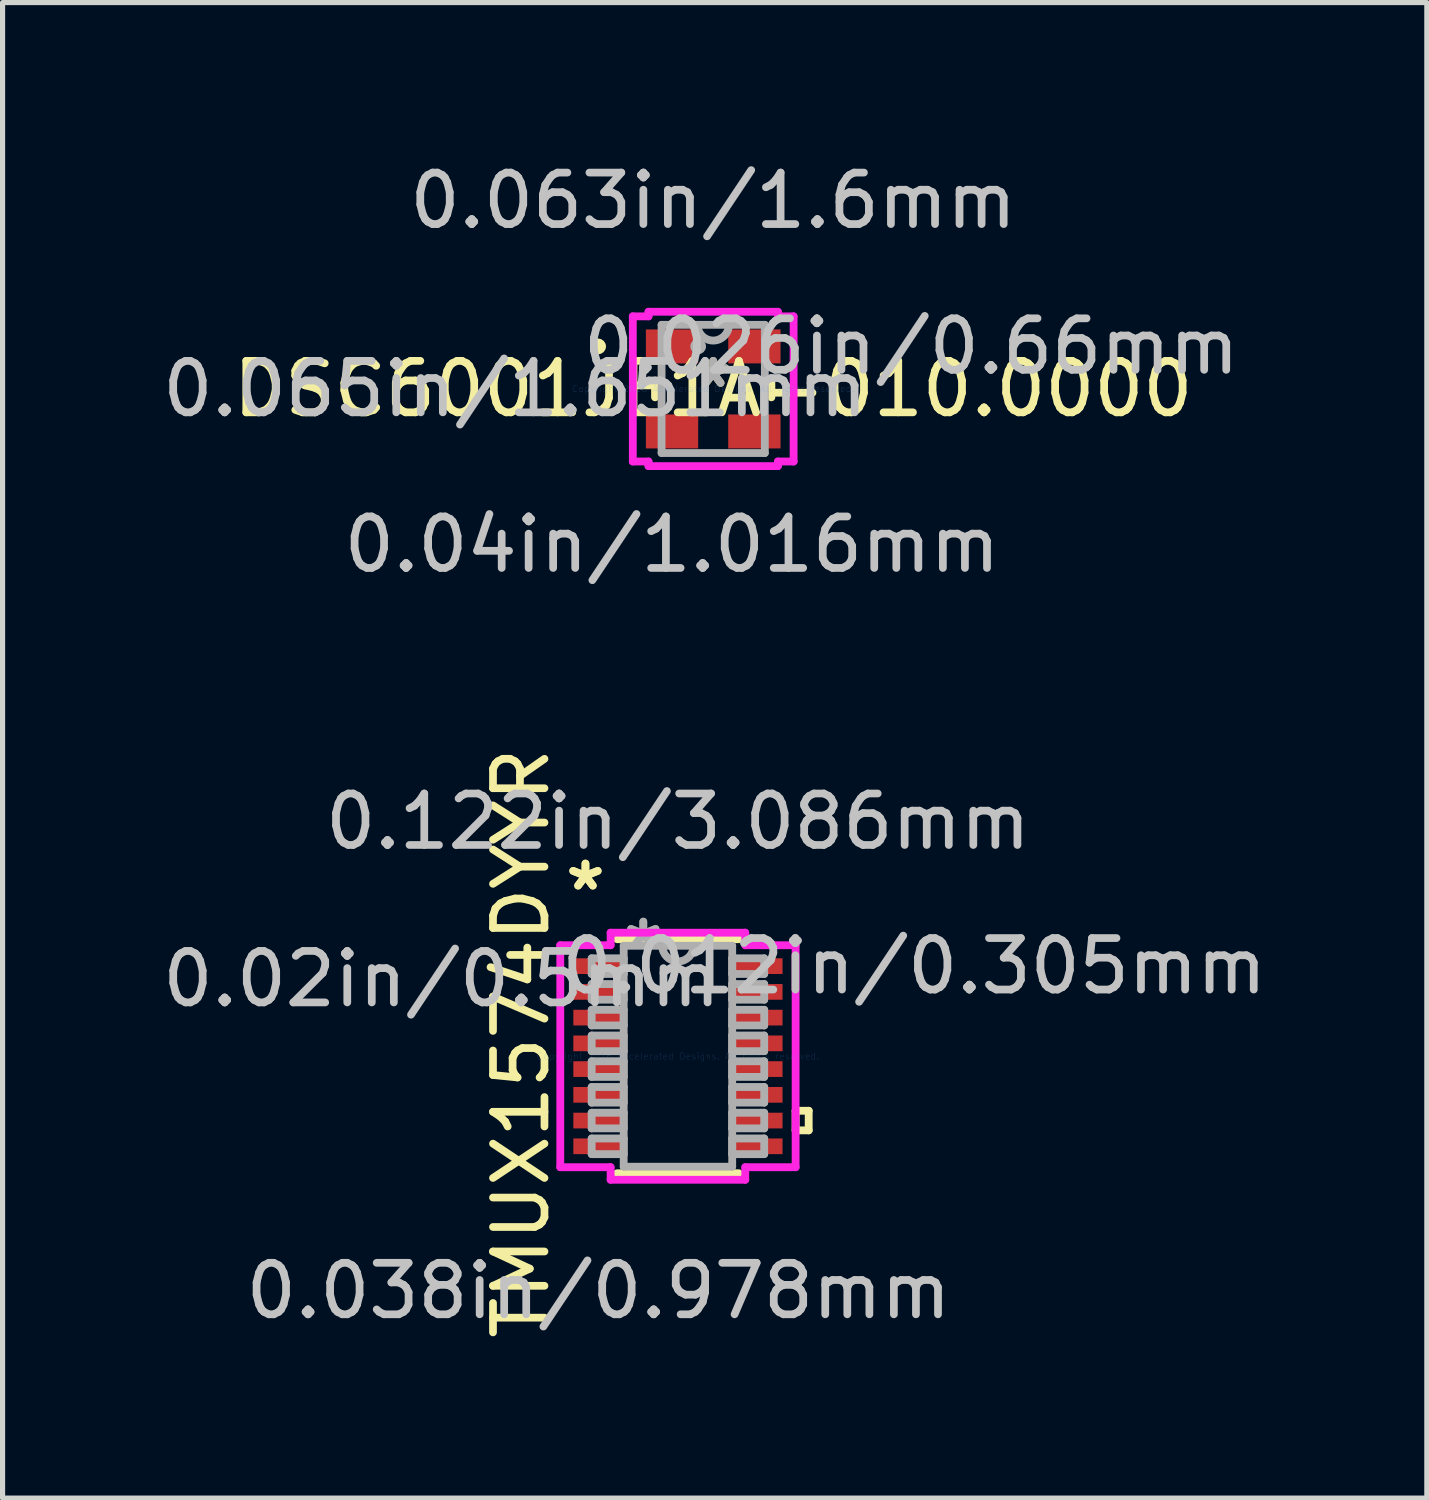
<source format=kicad_pcb>
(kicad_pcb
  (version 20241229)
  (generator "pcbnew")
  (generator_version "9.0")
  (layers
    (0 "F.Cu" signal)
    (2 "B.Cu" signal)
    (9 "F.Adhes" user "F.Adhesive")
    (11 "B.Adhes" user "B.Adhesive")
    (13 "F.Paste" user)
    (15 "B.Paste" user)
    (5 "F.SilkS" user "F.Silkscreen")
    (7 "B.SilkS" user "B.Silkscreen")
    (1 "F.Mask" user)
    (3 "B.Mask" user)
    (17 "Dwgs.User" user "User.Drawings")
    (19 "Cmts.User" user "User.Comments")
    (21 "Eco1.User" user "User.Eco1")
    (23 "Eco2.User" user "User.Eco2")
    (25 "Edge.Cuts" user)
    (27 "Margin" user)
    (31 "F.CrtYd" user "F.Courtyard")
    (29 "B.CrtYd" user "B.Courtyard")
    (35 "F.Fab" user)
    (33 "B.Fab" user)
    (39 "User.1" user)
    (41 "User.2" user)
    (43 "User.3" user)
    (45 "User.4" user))
  (footprint "DSC6001JE1A-010.0000"
    (layer "F.Cu")
    (at 10.806 4.506)
    (property "Reference" "DSC6001JE1A-010.0000" (at 0 0 0) (layer "F.SilkS") (effects (font (size 1 1) (thickness 0.15))))
    (attr through_hole)
    (fp_line (start -1.13 -0.163) (end -1.13 0.163) (stroke (width 0.152) (type solid)) (layer "F.SilkS"))
    (fp_line (start 1.13 0.163) (end 1.13 -0.163) (stroke (width 0.152) (type solid)) (layer "F.SilkS"))
    (fp_circle (center -2.235 -0.826) (end -2.159 -0.826) (stroke (width 0.152) (type solid)) (fill no) (layer "F.SilkS"))
    (fp_line (start -1.562 -1.41) (end -1.257 -1.41) (stroke (width 0.152) (type solid)) (layer "F.CrtYd"))
    (fp_line (start -1.562 1.41) (end -1.562 -1.41) (stroke (width 0.152) (type solid)) (layer "F.CrtYd"))
    (fp_line (start -1.257 -1.499) (end 1.257 -1.499) (stroke (width 0.152) (type solid)) (layer "F.CrtYd"))
    (fp_line (start -1.257 -1.41) (end -1.257 -1.499) (stroke (width 0.152) (type solid)) (layer "F.CrtYd"))
    (fp_line (start -1.257 1.41) (end -1.562 1.41) (stroke (width 0.152) (type solid)) (layer "F.CrtYd"))
    (fp_line (start -1.257 1.499) (end -1.257 1.41) (stroke (width 0.152) (type solid)) (layer "F.CrtYd"))
    (fp_line (start 1.257 -1.499) (end 1.257 -1.41) (stroke (width 0.152) (type solid)) (layer "F.CrtYd"))
    (fp_line (start 1.257 -1.41) (end 1.562 -1.41) (stroke (width 0.152) (type solid)) (layer "F.CrtYd"))
    (fp_line (start 1.257 1.41) (end 1.257 1.499) (stroke (width 0.152) (type solid)) (layer "F.CrtYd"))
    (fp_line (start 1.257 1.499) (end -1.257 1.499) (stroke (width 0.152) (type solid)) (layer "F.CrtYd"))
    (fp_line (start 1.562 -1.41) (end 1.562 1.41) (stroke (width 0.152) (type solid)) (layer "F.CrtYd"))
    (fp_line (start 1.562 1.41) (end 1.257 1.41) (stroke (width 0.152) (type solid)) (layer "F.CrtYd"))
    (fp_line (start -1.003 -1.245) (end -1.003 1.245) (stroke (width 0.152) (type solid)) (layer "F.Fab"))
    (fp_line (start -1.003 1.245) (end 1.003 1.245) (stroke (width 0.152) (type solid)) (layer "F.Fab"))
    (fp_line (start 1.003 -1.245) (end -1.003 -1.245) (stroke (width 0.152) (type solid)) (layer "F.Fab"))
    (fp_line (start 1.003 1.245) (end 1.003 -1.245) (stroke (width 0.152) (type solid)) (layer "F.Fab"))
    (fp_arc (start 0.3048 -1.2446) (mid 0 -0.9398) (end -0.3048 -1.2446) (stroke (width 0.1524) (type solid)) (layer "F.Fab"))
    (fp_circle (center -0.292 -0.826) (end -0.292 -0.826) (stroke (width 0.152) (type solid)) (fill no) (layer "F.Fab"))
    (fp_text user "*" (at 0 0 0) (layer "F.SilkS") (effects (font (size 1 1) (thickness 0.15))))
    (fp_text user "0.04in/1.016mm" (at -0.8 3.023 0) (layer "Dwgs.User") (effects (font (size 1 1) (thickness 0.15))))
    (fp_text user "0.026in/0.66mm" (at 3.848 -0.826 0) (layer "Dwgs.User") (effects (font (size 1 1) (thickness 0.15))))
    (fp_text user "0.063in/1.6mm" (at 0 -3.658 0) (layer "Dwgs.User") (effects (font (size 1 1) (thickness 0.15))))
    (fp_text user "0.065in/1.651mm" (at -3.848 0 0) (layer "Dwgs.User") (effects (font (size 1 1) (thickness 0.15))))
    (fp_text user "Copyright 2016 Accelerated Designs. All rights reserved." (at 0 0 0) (layer "Cmts.User") (effects (font (size 0.127 0.127) (thickness 0.002))))
    (fp_text user "*" (at 0 0 0) (layer "F.Fab") (effects (font (size 1 1) (thickness 0.15))))
    (pad "1" smd rect (at -0.8 -0.826) (size 1.016 0.66) (layers "F.Cu" "F.Mask" "F.Paste"))
    (pad "2" smd rect (at -0.8 0.826) (size 1.016 0.66) (layers "F.Cu" "F.Mask" "F.Paste"))
    (pad "3" smd rect (at 0.8 0.826) (size 1.016 0.66) (layers "F.Cu" "F.Mask" "F.Paste"))
    (pad "4" smd rect (at 0.8 -0.826) (size 1.016 0.66) (layers "F.Cu" "F.Mask" "F.Paste")))
  (footprint "TMUX1574DYYR"
    (layer "F.Cu")
    (at 10.121 17.47)
    (property "Reference" "TMUX1574DYYR" (at -3.048 -0.254 90) (layer "F.SilkS") (effects (font (size 1 1) (thickness 0.15))))
    (attr through_hole)
    (fp_line (start -1.181 2.273) (end 1.181 2.273) (stroke (width 0.152) (type solid)) (layer "F.SilkS"))
    (fp_line (start 1.181 -2.273) (end -1.181 -2.273) (stroke (width 0.152) (type solid)) (layer "F.SilkS"))
    (fp_line (start 2.286 1.06) (end 2.54 1.06) (stroke (width 0.152) (type solid)) (layer "F.SilkS"))
    (fp_line (start 2.286 1.44) (end 2.286 1.06) (stroke (width 0.152) (type solid)) (layer "F.SilkS"))
    (fp_line (start 2.54 1.06) (end 2.54 1.44) (stroke (width 0.152) (type solid)) (layer "F.SilkS"))
    (fp_line (start 2.54 1.44) (end 2.286 1.44) (stroke (width 0.152) (type solid)) (layer "F.SilkS"))
    (fp_line (start -2.286 -2.156) (end -1.308 -2.156) (stroke (width 0.152) (type solid)) (layer "F.CrtYd"))
    (fp_line (start -2.286 2.156) (end -2.286 -2.156) (stroke (width 0.152) (type solid)) (layer "F.CrtYd"))
    (fp_line (start -1.308 -2.4) (end 1.308 -2.4) (stroke (width 0.152) (type solid)) (layer "F.CrtYd"))
    (fp_line (start -1.308 -2.156) (end -1.308 -2.4) (stroke (width 0.152) (type solid)) (layer "F.CrtYd"))
    (fp_line (start -1.308 2.156) (end -2.286 2.156) (stroke (width 0.152) (type solid)) (layer "F.CrtYd"))
    (fp_line (start -1.308 2.4) (end -1.308 2.156) (stroke (width 0.152) (type solid)) (layer "F.CrtYd"))
    (fp_line (start 1.308 -2.4) (end 1.308 -2.156) (stroke (width 0.152) (type solid)) (layer "F.CrtYd"))
    (fp_line (start 1.308 -2.156) (end 2.286 -2.156) (stroke (width 0.152) (type solid)) (layer "F.CrtYd"))
    (fp_line (start 1.308 2.156) (end 1.308 2.4) (stroke (width 0.152) (type solid)) (layer "F.CrtYd"))
    (fp_line (start 1.308 2.4) (end -1.308 2.4) (stroke (width 0.152) (type solid)) (layer "F.CrtYd"))
    (fp_line (start 2.286 -2.156) (end 2.286 2.156) (stroke (width 0.152) (type solid)) (layer "F.CrtYd"))
    (fp_line (start 2.286 2.156) (end 1.308 2.156) (stroke (width 0.152) (type solid)) (layer "F.CrtYd"))
    (fp_line (start -1.676 -1.902) (end -1.676 -1.598) (stroke (width 0.152) (type solid)) (layer "F.Fab"))
    (fp_line (start -1.676 -1.598) (end -1.054 -1.598) (stroke (width 0.152) (type solid)) (layer "F.Fab"))
    (fp_line (start -1.676 -1.402) (end -1.676 -1.098) (stroke (width 0.152) (type solid)) (layer "F.Fab"))
    (fp_line (start -1.676 -1.098) (end -1.054 -1.098) (stroke (width 0.152) (type solid)) (layer "F.Fab"))
    (fp_line (start -1.676 -0.902) (end -1.676 -0.598) (stroke (width 0.152) (type solid)) (layer "F.Fab"))
    (fp_line (start -1.676 -0.598) (end -1.054 -0.598) (stroke (width 0.152) (type solid)) (layer "F.Fab"))
    (fp_line (start -1.676 -0.402) (end -1.676 -0.098) (stroke (width 0.152) (type solid)) (layer "F.Fab"))
    (fp_line (start -1.676 -0.098) (end -1.054 -0.098) (stroke (width 0.152) (type solid)) (layer "F.Fab"))
    (fp_line (start -1.676 0.098) (end -1.676 0.402) (stroke (width 0.152) (type solid)) (layer "F.Fab"))
    (fp_line (start -1.676 0.402) (end -1.054 0.402) (stroke (width 0.152) (type solid)) (layer "F.Fab"))
    (fp_line (start -1.676 0.598) (end -1.676 0.902) (stroke (width 0.152) (type solid)) (layer "F.Fab"))
    (fp_line (start -1.676 0.902) (end -1.054 0.902) (stroke (width 0.152) (type solid)) (layer "F.Fab"))
    (fp_line (start -1.676 1.098) (end -1.676 1.402) (stroke (width 0.152) (type solid)) (layer "F.Fab"))
    (fp_line (start -1.676 1.402) (end -1.054 1.402) (stroke (width 0.152) (type solid)) (layer "F.Fab"))
    (fp_line (start -1.676 1.598) (end -1.676 1.902) (stroke (width 0.152) (type solid)) (layer "F.Fab"))
    (fp_line (start -1.676 1.902) (end -1.054 1.902) (stroke (width 0.152) (type solid)) (layer "F.Fab"))
    (fp_line (start -1.054 -2.146) (end -1.054 2.146) (stroke (width 0.152) (type solid)) (layer "F.Fab"))
    (fp_line (start -1.054 -1.902) (end -1.676 -1.902) (stroke (width 0.152) (type solid)) (layer "F.Fab"))
    (fp_line (start -1.054 -1.598) (end -1.054 -1.902) (stroke (width 0.152) (type solid)) (layer "F.Fab"))
    (fp_line (start -1.054 -1.402) (end -1.676 -1.402) (stroke (width 0.152) (type solid)) (layer "F.Fab"))
    (fp_line (start -1.054 -1.098) (end -1.054 -1.402) (stroke (width 0.152) (type solid)) (layer "F.Fab"))
    (fp_line (start -1.054 -0.902) (end -1.676 -0.902) (stroke (width 0.152) (type solid)) (layer "F.Fab"))
    (fp_line (start -1.054 -0.598) (end -1.054 -0.902) (stroke (width 0.152) (type solid)) (layer "F.Fab"))
    (fp_line (start -1.054 -0.402) (end -1.676 -0.402) (stroke (width 0.152) (type solid)) (layer "F.Fab"))
    (fp_line (start -1.054 -0.098) (end -1.054 -0.402) (stroke (width 0.152) (type solid)) (layer "F.Fab"))
    (fp_line (start -1.054 0.098) (end -1.676 0.098) (stroke (width 0.152) (type solid)) (layer "F.Fab"))
    (fp_line (start -1.054 0.402) (end -1.054 0.098) (stroke (width 0.152) (type solid)) (layer "F.Fab"))
    (fp_line (start -1.054 0.598) (end -1.676 0.598) (stroke (width 0.152) (type solid)) (layer "F.Fab"))
    (fp_line (start -1.054 0.902) (end -1.054 0.598) (stroke (width 0.152) (type solid)) (layer "F.Fab"))
    (fp_line (start -1.054 1.098) (end -1.676 1.098) (stroke (width 0.152) (type solid)) (layer "F.Fab"))
    (fp_line (start -1.054 1.402) (end -1.054 1.098) (stroke (width 0.152) (type solid)) (layer "F.Fab"))
    (fp_line (start -1.054 1.598) (end -1.676 1.598) (stroke (width 0.152) (type solid)) (layer "F.Fab"))
    (fp_line (start -1.054 1.902) (end -1.054 1.598) (stroke (width 0.152) (type solid)) (layer "F.Fab"))
    (fp_line (start -1.054 2.146) (end 1.054 2.146) (stroke (width 0.152) (type solid)) (layer "F.Fab"))
    (fp_line (start 1.054 -2.146) (end -1.054 -2.146) (stroke (width 0.152) (type solid)) (layer "F.Fab"))
    (fp_line (start 1.054 -1.902) (end 1.054 -1.598) (stroke (width 0.152) (type solid)) (layer "F.Fab"))
    (fp_line (start 1.054 -1.598) (end 1.676 -1.598) (stroke (width 0.152) (type solid)) (layer "F.Fab"))
    (fp_line (start 1.054 -1.402) (end 1.054 -1.098) (stroke (width 0.152) (type solid)) (layer "F.Fab"))
    (fp_line (start 1.054 -1.098) (end 1.676 -1.098) (stroke (width 0.152) (type solid)) (layer "F.Fab"))
    (fp_line (start 1.054 -0.902) (end 1.054 -0.598) (stroke (width 0.152) (type solid)) (layer "F.Fab"))
    (fp_line (start 1.054 -0.598) (end 1.676 -0.598) (stroke (width 0.152) (type solid)) (layer "F.Fab"))
    (fp_line (start 1.054 -0.402) (end 1.054 -0.098) (stroke (width 0.152) (type solid)) (layer "F.Fab"))
    (fp_line (start 1.054 -0.098) (end 1.676 -0.098) (stroke (width 0.152) (type solid)) (layer "F.Fab"))
    (fp_line (start 1.054 0.098) (end 1.054 0.402) (stroke (width 0.152) (type solid)) (layer "F.Fab"))
    (fp_line (start 1.054 0.402) (end 1.676 0.402) (stroke (width 0.152) (type solid)) (layer "F.Fab"))
    (fp_line (start 1.054 0.598) (end 1.054 0.902) (stroke (width 0.152) (type solid)) (layer "F.Fab"))
    (fp_line (start 1.054 0.902) (end 1.676 0.902) (stroke (width 0.152) (type solid)) (layer "F.Fab"))
    (fp_line (start 1.054 1.098) (end 1.054 1.402) (stroke (width 0.152) (type solid)) (layer "F.Fab"))
    (fp_line (start 1.054 1.402) (end 1.676 1.402) (stroke (width 0.152) (type solid)) (layer "F.Fab"))
    (fp_line (start 1.054 1.598) (end 1.054 1.902) (stroke (width 0.152) (type solid)) (layer "F.Fab"))
    (fp_line (start 1.054 1.902) (end 1.676 1.902) (stroke (width 0.152) (type solid)) (layer "F.Fab"))
    (fp_line (start 1.054 2.146) (end 1.054 -2.146) (stroke (width 0.152) (type solid)) (layer "F.Fab"))
    (fp_line (start 1.676 -1.902) (end 1.054 -1.902) (stroke (width 0.152) (type solid)) (layer "F.Fab"))
    (fp_line (start 1.676 -1.598) (end 1.676 -1.902) (stroke (width 0.152) (type solid)) (layer "F.Fab"))
    (fp_line (start 1.676 -1.402) (end 1.054 -1.402) (stroke (width 0.152) (type solid)) (layer "F.Fab"))
    (fp_line (start 1.676 -1.098) (end 1.676 -1.402) (stroke (width 0.152) (type solid)) (layer "F.Fab"))
    (fp_line (start 1.676 -0.902) (end 1.054 -0.902) (stroke (width 0.152) (type solid)) (layer "F.Fab"))
    (fp_line (start 1.676 -0.598) (end 1.676 -0.902) (stroke (width 0.152) (type solid)) (layer "F.Fab"))
    (fp_line (start 1.676 -0.402) (end 1.054 -0.402) (stroke (width 0.152) (type solid)) (layer "F.Fab"))
    (fp_line (start 1.676 -0.098) (end 1.676 -0.402) (stroke (width 0.152) (type solid)) (layer "F.Fab"))
    (fp_line (start 1.676 0.098) (end 1.054 0.098) (stroke (width 0.152) (type solid)) (layer "F.Fab"))
    (fp_line (start 1.676 0.402) (end 1.676 0.098) (stroke (width 0.152) (type solid)) (layer "F.Fab"))
    (fp_line (start 1.676 0.598) (end 1.054 0.598) (stroke (width 0.152) (type solid)) (layer "F.Fab"))
    (fp_line (start 1.676 0.902) (end 1.676 0.598) (stroke (width 0.152) (type solid)) (layer "F.Fab"))
    (fp_line (start 1.676 1.098) (end 1.054 1.098) (stroke (width 0.152) (type solid)) (layer "F.Fab"))
    (fp_line (start 1.676 1.402) (end 1.676 1.098) (stroke (width 0.152) (type solid)) (layer "F.Fab"))
    (fp_line (start 1.676 1.598) (end 1.054 1.598) (stroke (width 0.152) (type solid)) (layer "F.Fab"))
    (fp_line (start 1.676 1.902) (end 1.676 1.598) (stroke (width 0.152) (type solid)) (layer "F.Fab"))
    (fp_arc (start 0.3048 -2.1463) (mid 0 -1.8415) (end -0.3048 -2.1463) (stroke (width 0.1524) (type solid)) (layer "F.Fab"))
    (fp_text user "*" (at -1.797 -3.198 0) (layer "F.SilkS") (effects (font (size 1 1) (thickness 0.15))))
    (fp_text user "*" (at -1.797 -3.198 0) (layer "F.SilkS") (effects (font (size 1 1) (thickness 0.15))))
    (fp_text user "0.122in/3.086mm" (at 0 -4.559 0) (layer "Dwgs.User") (effects (font (size 1 1) (thickness 0.15))))
    (fp_text user "0.02in/0.5mm" (at -4.591 -1.5 0) (layer "Dwgs.User") (effects (font (size 1 1) (thickness 0.15))))
    (fp_text user "0.038in/0.978mm" (at -1.543 4.559 0) (layer "Dwgs.User") (effects (font (size 1 1) (thickness 0.15))))
    (fp_text user "0.012in/0.305mm" (at 4.591 -1.75 0) (layer "Dwgs.User") (effects (font (size 1 1) (thickness 0.15))))
    (fp_text user "Copyright 2016 Accelerated Designs. All rights reserved." (at 0 0 0) (layer "Cmts.User") (effects (font (size 0.127 0.127) (thickness 0.002))))
    (fp_text user "*" (at -0.673 -2.07 0) (layer "F.Fab") (effects (font (size 1 1) (thickness 0.15))))
    (fp_text user "*" (at -0.673 -2.07 0) (layer "F.Fab") (effects (font (size 1 1) (thickness 0.15))))
    (pad "1" smd rect (at -1.543 -1.75) (size 0.978 0.305) (layers "F.Cu" "F.Mask" "F.Paste"))
    (pad "2" smd rect (at -1.543 -1.25) (size 0.978 0.305) (layers "F.Cu" "F.Mask" "F.Paste"))
    (pad "3" smd rect (at -1.543 -0.75) (size 0.978 0.305) (layers "F.Cu" "F.Mask" "F.Paste"))
    (pad "4" smd rect (at -1.543 -0.25) (size 0.978 0.305) (layers "F.Cu" "F.Mask" "F.Paste"))
    (pad "5" smd rect (at -1.543 0.25) (size 0.978 0.305) (layers "F.Cu" "F.Mask" "F.Paste"))
    (pad "6" smd rect (at -1.543 0.75) (size 0.978 0.305) (layers "F.Cu" "F.Mask" "F.Paste"))
    (pad "7" smd rect (at -1.543 1.25) (size 0.978 0.305) (layers "F.Cu" "F.Mask" "F.Paste"))
    (pad "8" smd rect (at -1.543 1.75) (size 0.978 0.305) (layers "F.Cu" "F.Mask" "F.Paste"))
    (pad "9" smd rect (at 1.543 1.75) (size 0.978 0.305) (layers "F.Cu" "F.Mask" "F.Paste"))
    (pad "10" smd rect (at 1.543 1.25) (size 0.978 0.305) (layers "F.Cu" "F.Mask" "F.Paste"))
    (pad "11" smd rect (at 1.543 0.75) (size 0.978 0.305) (layers "F.Cu" "F.Mask" "F.Paste"))
    (pad "12" smd rect (at 1.543 0.25) (size 0.978 0.305) (layers "F.Cu" "F.Mask" "F.Paste"))
    (pad "13" smd rect (at 1.543 -0.25) (size 0.978 0.305) (layers "F.Cu" "F.Mask" "F.Paste"))
    (pad "14" smd rect (at 1.543 -0.75) (size 0.978 0.305) (layers "F.Cu" "F.Mask" "F.Paste"))
    (pad "15" smd rect (at 1.543 -1.25) (size 0.978 0.305) (layers "F.Cu" "F.Mask" "F.Paste"))
    (pad "16" smd rect (at 1.543 -1.75) (size 0.978 0.305) (layers "F.Cu" "F.Mask" "F.Paste")))
  (gr_rect
    (start -3 -3)
    (end 24.67 26.055)
    (stroke (width 0.1) (type default))
    (fill no)
    (layer "Edge.Cuts")))
</source>
